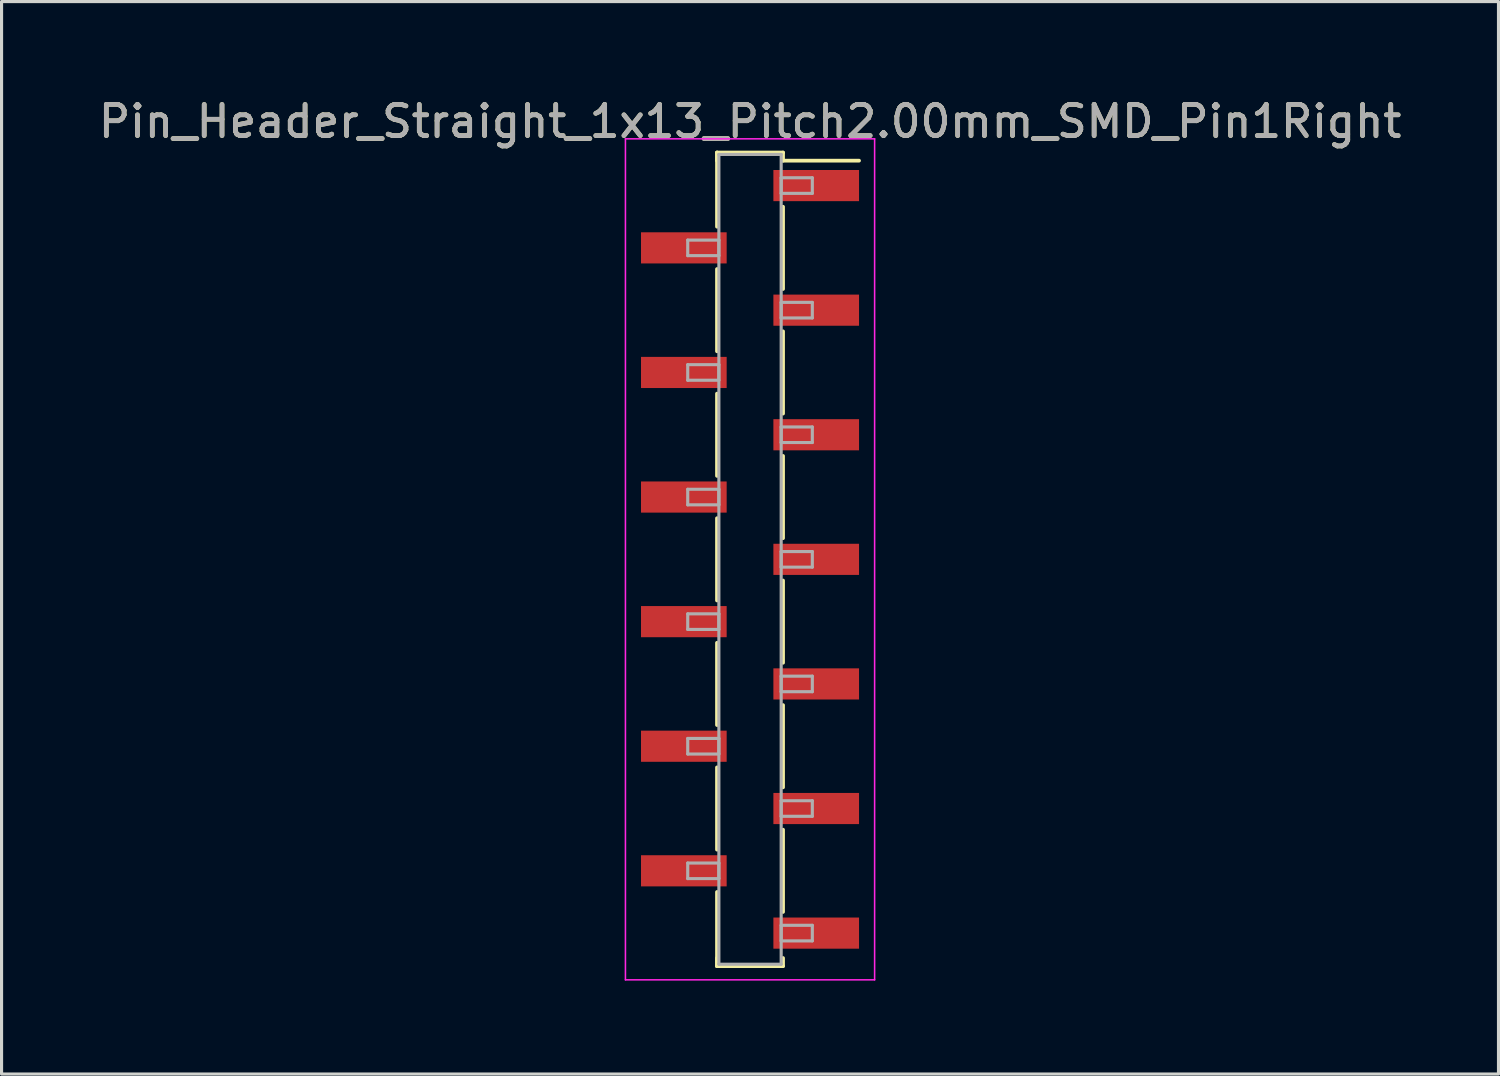
<source format=kicad_pcb>
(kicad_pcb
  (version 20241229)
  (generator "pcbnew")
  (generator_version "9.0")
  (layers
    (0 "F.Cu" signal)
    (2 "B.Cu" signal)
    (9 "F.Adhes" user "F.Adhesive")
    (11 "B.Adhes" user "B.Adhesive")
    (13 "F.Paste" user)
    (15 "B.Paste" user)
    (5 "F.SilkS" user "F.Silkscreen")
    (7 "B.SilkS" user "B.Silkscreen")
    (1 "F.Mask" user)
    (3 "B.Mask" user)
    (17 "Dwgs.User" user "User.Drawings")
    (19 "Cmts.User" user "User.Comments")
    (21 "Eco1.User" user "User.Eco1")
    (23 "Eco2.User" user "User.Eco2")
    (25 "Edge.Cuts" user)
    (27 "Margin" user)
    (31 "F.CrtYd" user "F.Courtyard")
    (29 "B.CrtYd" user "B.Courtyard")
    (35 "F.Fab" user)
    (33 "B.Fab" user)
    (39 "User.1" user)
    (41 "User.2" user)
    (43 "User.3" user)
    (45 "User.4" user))
  (footprint "Pin_Header_Straight_1x13_Pitch2.00mm_SMD_Pin1Right"
    (layer "F.Cu")
    (at 21.03 14.908)
    (property "Reference" "Pin_Header_Straight_1x13_Pitch2.00mm_SMD_Pin1Right" (at 0 -14.06 0) (layer "F.SilkS") (effects (font (size 1 1) (thickness 0.15))))
    (attr smd)
    (fp_line (start -1.06 -13.06) (end -1.06 -10.68) (stroke (width 0.12) (type solid)) (layer "F.SilkS"))
    (fp_line (start -1.06 -13.06) (end 1.06 -13.06) (stroke (width 0.12) (type solid)) (layer "F.SilkS"))
    (fp_line (start -1.06 -12.8) (end -1.06 -13.06) (stroke (width 0.12) (type solid)) (layer "F.SilkS"))
    (fp_line (start -1.06 -9.32) (end -1.06 -6.68) (stroke (width 0.12) (type solid)) (layer "F.SilkS"))
    (fp_line (start -1.06 -5.32) (end -1.06 -2.68) (stroke (width 0.12) (type solid)) (layer "F.SilkS"))
    (fp_line (start -1.06 -1.32) (end -1.06 1.32) (stroke (width 0.12) (type solid)) (layer "F.SilkS"))
    (fp_line (start -1.06 2.68) (end -1.06 5.32) (stroke (width 0.12) (type solid)) (layer "F.SilkS"))
    (fp_line (start -1.06 6.68) (end -1.06 9.32) (stroke (width 0.12) (type solid)) (layer "F.SilkS"))
    (fp_line (start -1.06 10.68) (end -1.06 13.06) (stroke (width 0.12) (type solid)) (layer "F.SilkS"))
    (fp_line (start -1.06 12.8) (end -1.06 13.06) (stroke (width 0.12) (type solid)) (layer "F.SilkS"))
    (fp_line (start -1.06 13.06) (end 1.06 13.06) (stroke (width 0.12) (type solid)) (layer "F.SilkS"))
    (fp_line (start 1.06 -13.06) (end 1.06 -12.8) (stroke (width 0.12) (type solid)) (layer "F.SilkS"))
    (fp_line (start 1.06 -12.8) (end 3.5 -12.8) (stroke (width 0.12) (type solid)) (layer "F.SilkS"))
    (fp_line (start 1.06 -11.32) (end 1.06 -8.68) (stroke (width 0.12) (type solid)) (layer "F.SilkS"))
    (fp_line (start 1.06 -7.32) (end 1.06 -4.68) (stroke (width 0.12) (type solid)) (layer "F.SilkS"))
    (fp_line (start 1.06 -3.32) (end 1.06 -0.68) (stroke (width 0.12) (type solid)) (layer "F.SilkS"))
    (fp_line (start 1.06 0.68) (end 1.06 3.32) (stroke (width 0.12) (type solid)) (layer "F.SilkS"))
    (fp_line (start 1.06 4.68) (end 1.06 7.32) (stroke (width 0.12) (type solid)) (layer "F.SilkS"))
    (fp_line (start 1.06 8.68) (end 1.06 11.32) (stroke (width 0.12) (type solid)) (layer "F.SilkS"))
    (fp_line (start 1.06 13.06) (end 1.06 12.8) (stroke (width 0.12) (type solid)) (layer "F.SilkS"))
    (fp_line (start -4 -13.5) (end -4 13.5) (stroke (width 0.05) (type solid)) (layer "F.CrtYd"))
    (fp_line (start -4 13.5) (end 4 13.5) (stroke (width 0.05) (type solid)) (layer "F.CrtYd"))
    (fp_line (start 4 -13.5) (end -4 -13.5) (stroke (width 0.05) (type solid)) (layer "F.CrtYd"))
    (fp_line (start 4 13.5) (end 4 -13.5) (stroke (width 0.05) (type solid)) (layer "F.CrtYd"))
    (fp_line (start -2 -10.25) (end -1 -10.25) (stroke (width 0.1) (type solid)) (layer "F.Fab"))
    (fp_line (start -2 -9.75) (end -2 -10.25) (stroke (width 0.1) (type solid)) (layer "F.Fab"))
    (fp_line (start -2 -6.25) (end -1 -6.25) (stroke (width 0.1) (type solid)) (layer "F.Fab"))
    (fp_line (start -2 -5.75) (end -2 -6.25) (stroke (width 0.1) (type solid)) (layer "F.Fab"))
    (fp_line (start -2 -2.25) (end -1 -2.25) (stroke (width 0.1) (type solid)) (layer "F.Fab"))
    (fp_line (start -2 -1.75) (end -2 -2.25) (stroke (width 0.1) (type solid)) (layer "F.Fab"))
    (fp_line (start -2 1.75) (end -1 1.75) (stroke (width 0.1) (type solid)) (layer "F.Fab"))
    (fp_line (start -2 2.25) (end -2 1.75) (stroke (width 0.1) (type solid)) (layer "F.Fab"))
    (fp_line (start -2 5.75) (end -1 5.75) (stroke (width 0.1) (type solid)) (layer "F.Fab"))
    (fp_line (start -2 6.25) (end -2 5.75) (stroke (width 0.1) (type solid)) (layer "F.Fab"))
    (fp_line (start -2 9.75) (end -1 9.75) (stroke (width 0.1) (type solid)) (layer "F.Fab"))
    (fp_line (start -2 10.25) (end -2 9.75) (stroke (width 0.1) (type solid)) (layer "F.Fab"))
    (fp_line (start -1 -13) (end -1 13) (stroke (width 0.1) (type solid)) (layer "F.Fab"))
    (fp_line (start -1 -10.25) (end -1 -9.75) (stroke (width 0.1) (type solid)) (layer "F.Fab"))
    (fp_line (start -1 -9.75) (end -2 -9.75) (stroke (width 0.1) (type solid)) (layer "F.Fab"))
    (fp_line (start -1 -6.25) (end -1 -5.75) (stroke (width 0.1) (type solid)) (layer "F.Fab"))
    (fp_line (start -1 -5.75) (end -2 -5.75) (stroke (width 0.1) (type solid)) (layer "F.Fab"))
    (fp_line (start -1 -2.25) (end -1 -1.75) (stroke (width 0.1) (type solid)) (layer "F.Fab"))
    (fp_line (start -1 -1.75) (end -2 -1.75) (stroke (width 0.1) (type solid)) (layer "F.Fab"))
    (fp_line (start -1 1.75) (end -1 2.25) (stroke (width 0.1) (type solid)) (layer "F.Fab"))
    (fp_line (start -1 2.25) (end -2 2.25) (stroke (width 0.1) (type solid)) (layer "F.Fab"))
    (fp_line (start -1 5.75) (end -1 6.25) (stroke (width 0.1) (type solid)) (layer "F.Fab"))
    (fp_line (start -1 6.25) (end -2 6.25) (stroke (width 0.1) (type solid)) (layer "F.Fab"))
    (fp_line (start -1 9.75) (end -1 10.25) (stroke (width 0.1) (type solid)) (layer "F.Fab"))
    (fp_line (start -1 10.25) (end -2 10.25) (stroke (width 0.1) (type solid)) (layer "F.Fab"))
    (fp_line (start -1 13) (end 1 13) (stroke (width 0.1) (type solid)) (layer "F.Fab"))
    (fp_line (start 1 -13) (end -1 -13) (stroke (width 0.1) (type solid)) (layer "F.Fab"))
    (fp_line (start 1 -12.25) (end 1 -11.75) (stroke (width 0.1) (type solid)) (layer "F.Fab"))
    (fp_line (start 1 -11.75) (end 2 -11.75) (stroke (width 0.1) (type solid)) (layer "F.Fab"))
    (fp_line (start 1 -8.25) (end 1 -7.75) (stroke (width 0.1) (type solid)) (layer "F.Fab"))
    (fp_line (start 1 -7.75) (end 2 -7.75) (stroke (width 0.1) (type solid)) (layer "F.Fab"))
    (fp_line (start 1 -4.25) (end 1 -3.75) (stroke (width 0.1) (type solid)) (layer "F.Fab"))
    (fp_line (start 1 -3.75) (end 2 -3.75) (stroke (width 0.1) (type solid)) (layer "F.Fab"))
    (fp_line (start 1 -0.25) (end 1 0.25) (stroke (width 0.1) (type solid)) (layer "F.Fab"))
    (fp_line (start 1 0.25) (end 2 0.25) (stroke (width 0.1) (type solid)) (layer "F.Fab"))
    (fp_line (start 1 3.75) (end 1 4.25) (stroke (width 0.1) (type solid)) (layer "F.Fab"))
    (fp_line (start 1 4.25) (end 2 4.25) (stroke (width 0.1) (type solid)) (layer "F.Fab"))
    (fp_line (start 1 7.75) (end 1 8.25) (stroke (width 0.1) (type solid)) (layer "F.Fab"))
    (fp_line (start 1 8.25) (end 2 8.25) (stroke (width 0.1) (type solid)) (layer "F.Fab"))
    (fp_line (start 1 11.75) (end 1 12.25) (stroke (width 0.1) (type solid)) (layer "F.Fab"))
    (fp_line (start 1 12.25) (end 2 12.25) (stroke (width 0.1) (type solid)) (layer "F.Fab"))
    (fp_line (start 1 13) (end 1 -13) (stroke (width 0.1) (type solid)) (layer "F.Fab"))
    (fp_line (start 2 -12.25) (end 1 -12.25) (stroke (width 0.1) (type solid)) (layer "F.Fab"))
    (fp_line (start 2 -11.75) (end 2 -12.25) (stroke (width 0.1) (type solid)) (layer "F.Fab"))
    (fp_line (start 2 -8.25) (end 1 -8.25) (stroke (width 0.1) (type solid)) (layer "F.Fab"))
    (fp_line (start 2 -7.75) (end 2 -8.25) (stroke (width 0.1) (type solid)) (layer "F.Fab"))
    (fp_line (start 2 -4.25) (end 1 -4.25) (stroke (width 0.1) (type solid)) (layer "F.Fab"))
    (fp_line (start 2 -3.75) (end 2 -4.25) (stroke (width 0.1) (type solid)) (layer "F.Fab"))
    (fp_line (start 2 -0.25) (end 1 -0.25) (stroke (width 0.1) (type solid)) (layer "F.Fab"))
    (fp_line (start 2 0.25) (end 2 -0.25) (stroke (width 0.1) (type solid)) (layer "F.Fab"))
    (fp_line (start 2 3.75) (end 1 3.75) (stroke (width 0.1) (type solid)) (layer "F.Fab"))
    (fp_line (start 2 4.25) (end 2 3.75) (stroke (width 0.1) (type solid)) (layer "F.Fab"))
    (fp_line (start 2 7.75) (end 1 7.75) (stroke (width 0.1) (type solid)) (layer "F.Fab"))
    (fp_line (start 2 8.25) (end 2 7.75) (stroke (width 0.1) (type solid)) (layer "F.Fab"))
    (fp_line (start 2 11.75) (end 1 11.75) (stroke (width 0.1) (type solid)) (layer "F.Fab"))
    (fp_line (start 2 12.25) (end 2 11.75) (stroke (width 0.1) (type solid)) (layer "F.Fab"))
    (fp_text user "${REFERENCE}" (at 0 -14.06 0) (layer "F.Fab") (effects (font (size 1 1) (thickness 0.15))))
    (pad "1" smd rect (at 2.125 -12) (size 2.75 1) (layers "F.Cu" "F.Mask" "F.Paste"))
    (pad "2" smd rect (at -2.125 -10) (size 2.75 1) (layers "F.Cu" "F.Mask" "F.Paste"))
    (pad "3" smd rect (at 2.125 -8) (size 2.75 1) (layers "F.Cu" "F.Mask" "F.Paste"))
    (pad "4" smd rect (at -2.125 -6) (size 2.75 1) (layers "F.Cu" "F.Mask" "F.Paste"))
    (pad "5" smd rect (at 2.125 -4) (size 2.75 1) (layers "F.Cu" "F.Mask" "F.Paste"))
    (pad "6" smd rect (at -2.125 -2) (size 2.75 1) (layers "F.Cu" "F.Mask" "F.Paste"))
    (pad "7" smd rect (at 2.125 0) (size 2.75 1) (layers "F.Cu" "F.Mask" "F.Paste"))
    (pad "8" smd rect (at -2.125 2) (size 2.75 1) (layers "F.Cu" "F.Mask" "F.Paste"))
    (pad "9" smd rect (at 2.125 4) (size 2.75 1) (layers "F.Cu" "F.Mask" "F.Paste"))
    (pad "10" smd rect (at -2.125 6) (size 2.75 1) (layers "F.Cu" "F.Mask" "F.Paste"))
    (pad "11" smd rect (at 2.125 8) (size 2.75 1) (layers "F.Cu" "F.Mask" "F.Paste"))
    (pad "12" smd rect (at -2.125 10) (size 2.75 1) (layers "F.Cu" "F.Mask" "F.Paste"))
    (pad "13" smd rect (at 2.125 12) (size 2.75 1) (layers "F.Cu" "F.Mask" "F.Paste")))
  (gr_rect
    (start -3 -3)
    (end 45.06 31.433)
    (stroke (width 0.1) (type default))
    (fill no)
    (layer "Edge.Cuts")))
</source>
